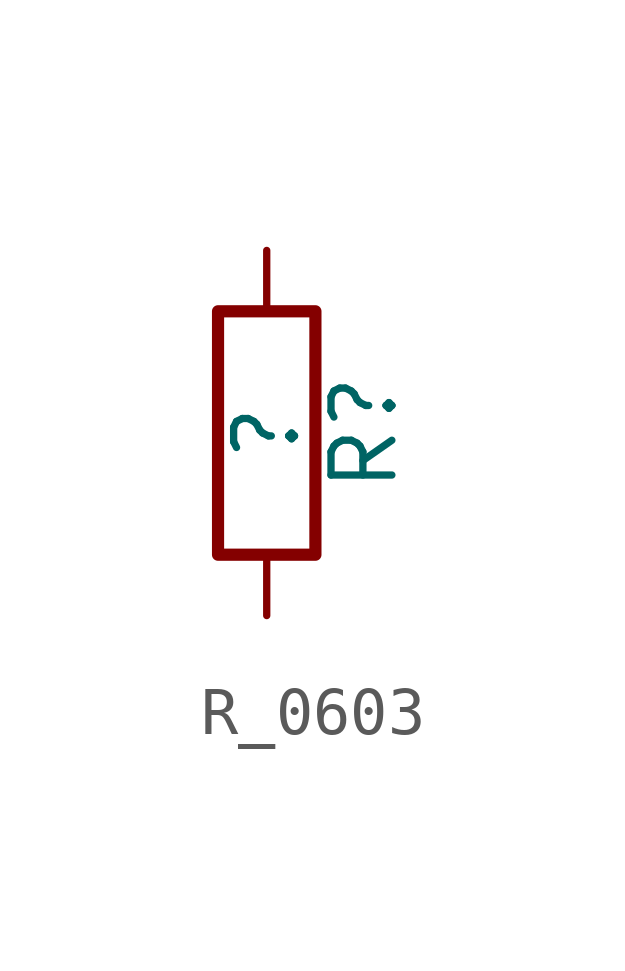
<source format=kicad_sym>
(kicad_symbol_lib
  (version 20220914)
  (generator kicad_symbol_editor)
  (symbol "R_0603"
    (pin_numbers hide)
    (pin_names
      (offset 0))
    (property "Reference" "R"
      (at 2.032 0 90)
      (effects (font (size 1.27 1.27))))
    (property "Value" "?"
      (at 0 0 90)
      (effects (font (size 1.27 1.27))))
    (symbol "R_0603_0_1"
      (rectangle (start -1.016 -2.54) (end 1.016 2.54) (stroke (width 0.254) (type default)) (fill (type none))))
    (symbol "R_0603_1_1"
      (pin passive line (at 0 3.81 270) (length 1.27) (name "~" (effects (font (size 1.27 1.27)))) (number "1" (effects (font (size 1.27 1.27)))))
      (pin passive line (at 0 -3.81 90) (length 1.27) (name "~" (effects (font (size 1.27 1.27)))) (number "2" (effects (font (size 1.27 1.27))))))))
</source>
